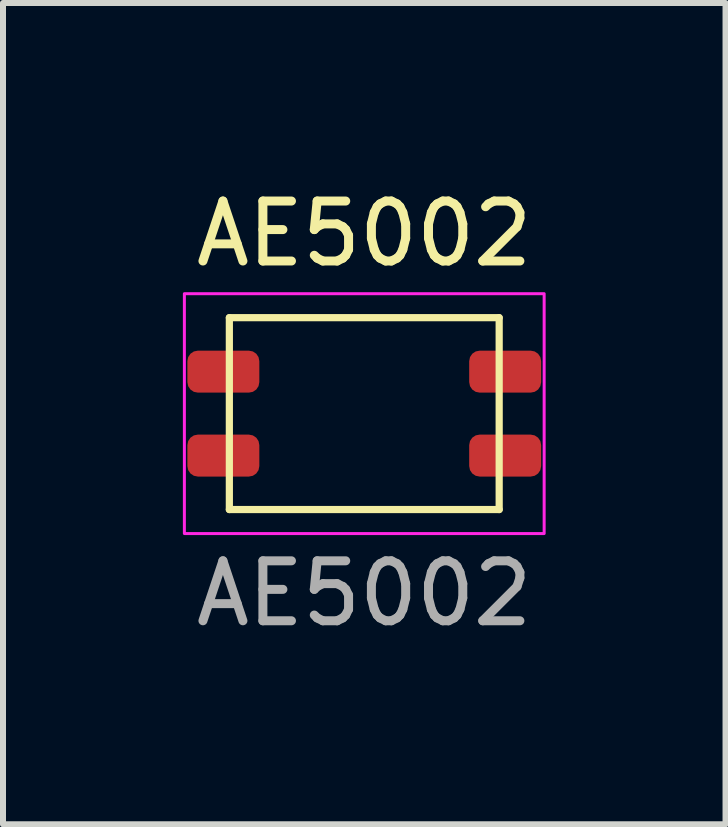
<source format=kicad_pcb>
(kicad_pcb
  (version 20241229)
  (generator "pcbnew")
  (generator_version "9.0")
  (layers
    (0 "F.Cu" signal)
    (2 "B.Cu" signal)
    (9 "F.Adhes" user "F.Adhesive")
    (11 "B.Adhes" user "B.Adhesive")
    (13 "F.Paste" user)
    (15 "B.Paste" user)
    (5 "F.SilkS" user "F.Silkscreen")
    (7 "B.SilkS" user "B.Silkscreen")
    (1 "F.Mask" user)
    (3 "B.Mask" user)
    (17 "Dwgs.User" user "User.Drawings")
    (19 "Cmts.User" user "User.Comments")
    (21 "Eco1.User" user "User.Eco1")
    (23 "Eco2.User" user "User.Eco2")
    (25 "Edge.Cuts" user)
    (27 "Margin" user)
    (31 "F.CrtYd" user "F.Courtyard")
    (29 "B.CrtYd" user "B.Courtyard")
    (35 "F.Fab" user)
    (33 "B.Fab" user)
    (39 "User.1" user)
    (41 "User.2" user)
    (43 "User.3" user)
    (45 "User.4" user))
  (footprint "AE5002"
    (layer "F.Cu")
    (at 3.025 3.848)
    (property "Reference" "AE5002" (at 0 -3 0) (unlocked yes) (layer "F.SilkS") (effects (font (size 1 1) (thickness 0.15))))
    (attr smd)
    (fp_line (start -2.25 -1.6) (end -2.25 1.6) (stroke (width 0.12) (type solid)) (layer "F.SilkS"))
    (fp_line (start -2.25 1.6) (end 2.25 1.6) (stroke (width 0.12) (type solid)) (layer "F.SilkS"))
    (fp_line (start 2.25 -1.6) (end -2.25 -1.6) (stroke (width 0.12) (type solid)) (layer "F.SilkS"))
    (fp_line (start 2.25 1.6) (end 2.25 -1.6) (stroke (width 0.12) (type solid)) (layer "F.SilkS"))
    (fp_rect (start -3 -2) (end 3 2) (stroke (width 0.05) (type solid)) (fill no) (layer "F.CrtYd"))
    (fp_text user "${REFERENCE}" (at 0 3 0) (unlocked yes) (layer "F.Fab") (effects (font (size 1 1) (thickness 0.15))))
    (pad "1" smd roundrect (at -2.35 -0.7) (size 1.2 0.7) (layers "F.Cu" "F.Mask" "F.Paste") (roundrect_rratio 0.25))
    (pad "2" smd roundrect (at -2.35 0.7) (size 1.2 0.7) (layers "F.Cu" "F.Mask" "F.Paste") (roundrect_rratio 0.25))
    (pad "3" smd roundrect (at 2.35 0.7) (size 1.2 0.7) (layers "F.Cu" "F.Mask" "F.Paste") (roundrect_rratio 0.25))
    (pad "4" smd roundrect (at 2.35 -0.7) (size 1.2 0.7) (layers "F.Cu" "F.Mask" "F.Paste") (roundrect_rratio 0.25)))
  (gr_rect
    (start -3 -3)
    (end 9.05 10.697)
    (stroke (width 0.1) (type default))
    (fill no)
    (layer "Edge.Cuts")))
</source>
